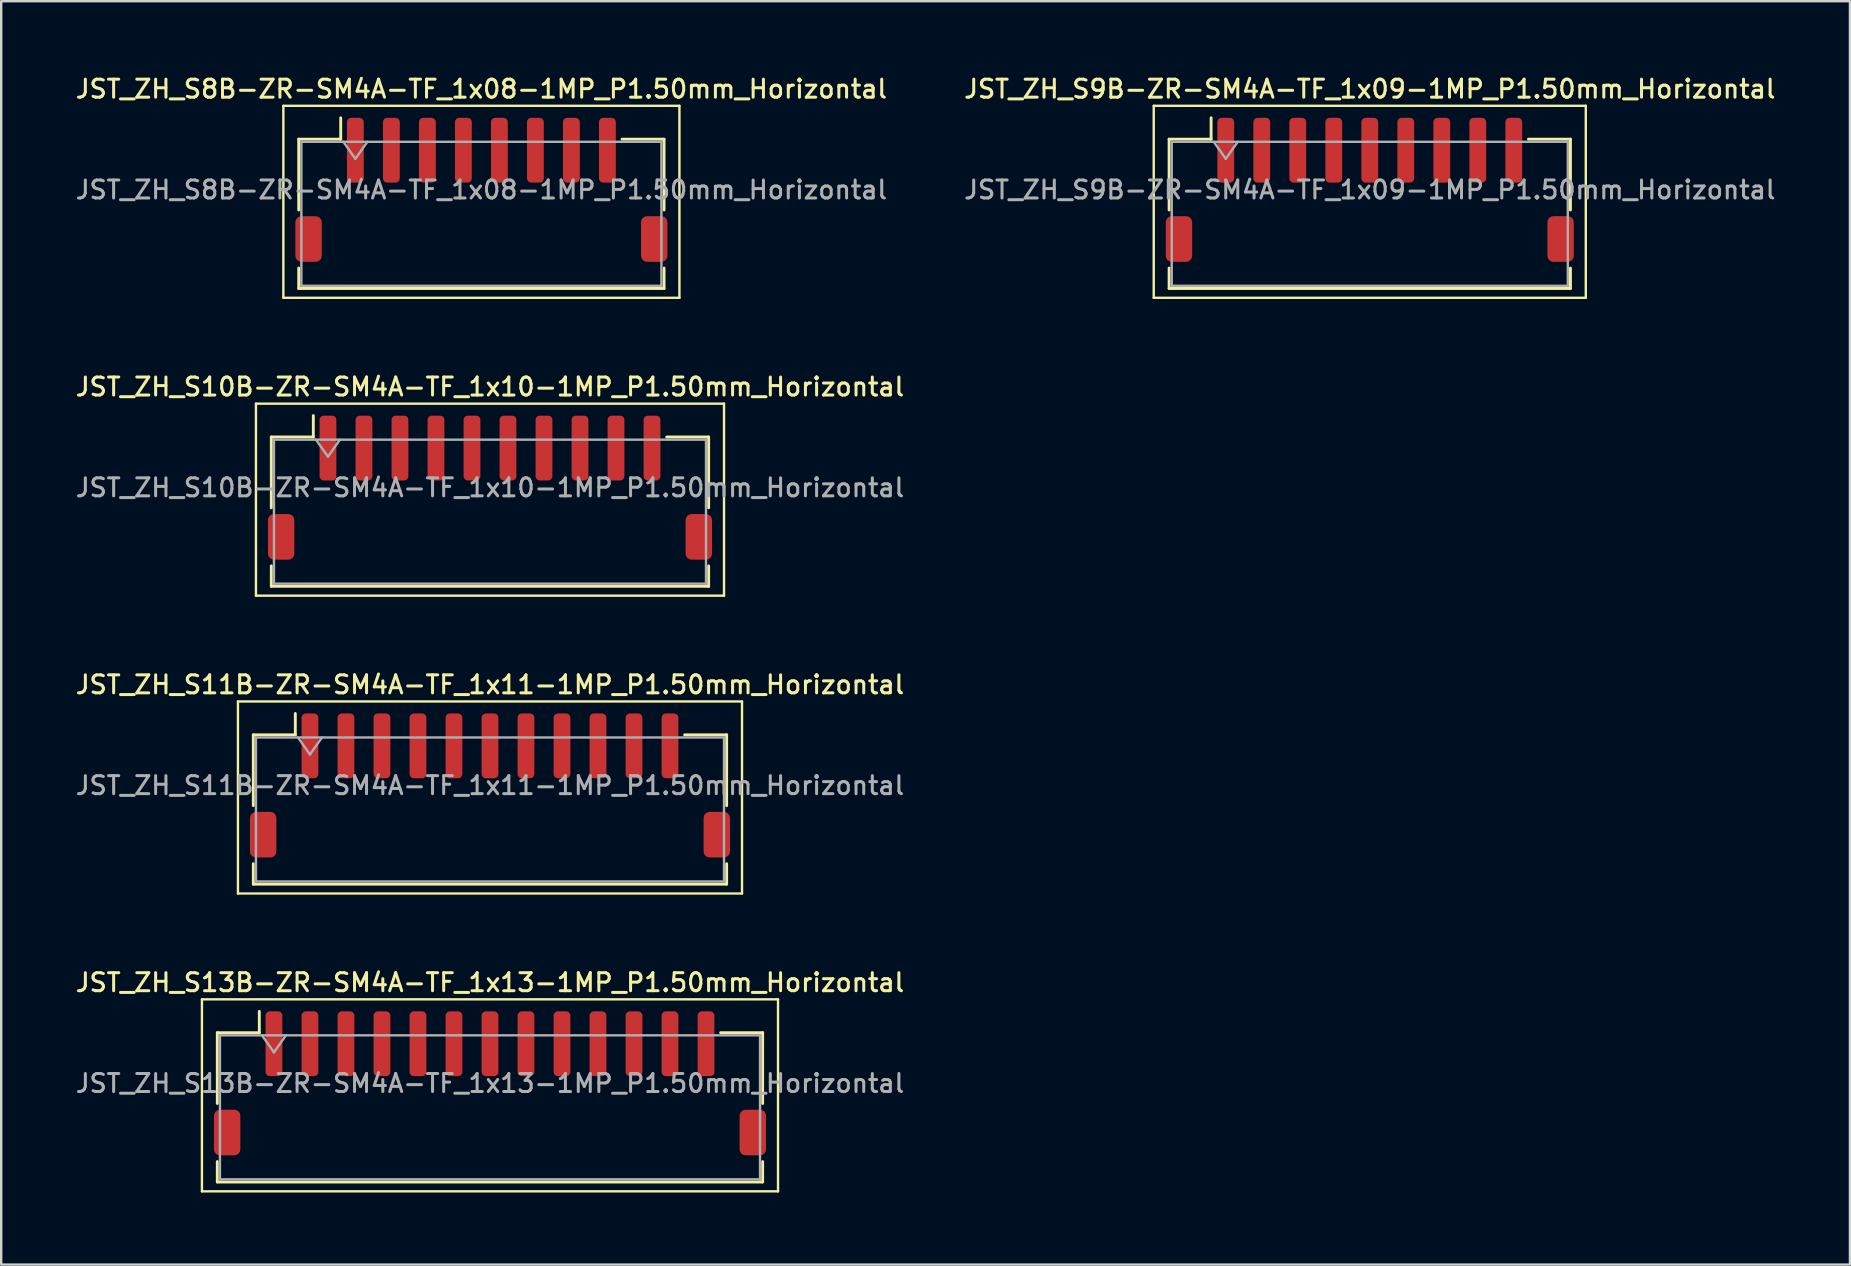
<source format=kicad_pcb>
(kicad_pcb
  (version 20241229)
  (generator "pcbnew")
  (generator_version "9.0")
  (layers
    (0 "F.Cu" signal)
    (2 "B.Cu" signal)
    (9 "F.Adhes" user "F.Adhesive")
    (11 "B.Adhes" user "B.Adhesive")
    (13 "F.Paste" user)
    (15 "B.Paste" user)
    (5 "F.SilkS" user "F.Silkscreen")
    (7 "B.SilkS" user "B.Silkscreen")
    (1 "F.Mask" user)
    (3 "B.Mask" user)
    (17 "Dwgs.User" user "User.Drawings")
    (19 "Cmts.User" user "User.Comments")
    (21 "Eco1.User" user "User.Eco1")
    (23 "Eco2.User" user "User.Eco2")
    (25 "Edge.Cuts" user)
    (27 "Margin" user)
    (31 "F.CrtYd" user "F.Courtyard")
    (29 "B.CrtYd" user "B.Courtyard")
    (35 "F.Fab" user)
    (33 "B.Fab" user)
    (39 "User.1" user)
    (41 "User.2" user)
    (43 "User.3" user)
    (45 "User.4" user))
  (footprint "JST_ZH_S10B-ZR-SM4A-TF_1x10-1MP_P1.50mm_Horizontal"
    (layer "F.Cu")
    (at 17.363 17.266)
    (property "Reference" "JST_ZH_S10B-ZR-SM4A-TF_1x10-1MP_P1.50mm_Horizontal" (at 0 -4.2 0) (layer "F.SilkS") (effects (font (size 0.75 0.75) (thickness 0.125))))
    (attr smd)
    (fp_line (start -9.75 -3.5) (end -9.75 4.5) (stroke (width 0.1) (type solid)) (layer "F.SilkS"))
    (fp_line (start -9.75 4.5) (end 9.75 4.5) (stroke (width 0.1) (type solid)) (layer "F.SilkS"))
    (fp_line (start -9.11 -2.11) (end -7.36 -2.11) (stroke (width 0.12) (type solid)) (layer "F.SilkS"))
    (fp_line (start -9.11 0.84) (end -9.11 -2.11) (stroke (width 0.12) (type solid)) (layer "F.SilkS"))
    (fp_line (start -9.11 3.26) (end -9.11 4.11) (stroke (width 0.12) (type solid)) (layer "F.SilkS"))
    (fp_line (start -9.11 4.11) (end 9.11 4.11) (stroke (width 0.12) (type solid)) (layer "F.SilkS"))
    (fp_line (start -7.36 -2.11) (end -7.36 -3) (stroke (width 0.12) (type solid)) (layer "F.SilkS"))
    (fp_line (start 9.11 -2.11) (end 7.36 -2.11) (stroke (width 0.12) (type solid)) (layer "F.SilkS"))
    (fp_line (start 9.11 0.84) (end 9.11 -2.11) (stroke (width 0.12) (type solid)) (layer "F.SilkS"))
    (fp_line (start 9.11 4.11) (end 9.11 3.26) (stroke (width 0.12) (type solid)) (layer "F.SilkS"))
    (fp_line (start 9.75 -3.5) (end -9.75 -3.5) (stroke (width 0.1) (type solid)) (layer "F.SilkS"))
    (fp_line (start 9.75 4.5) (end 9.75 -3.5) (stroke (width 0.1) (type solid)) (layer "F.SilkS"))
    (fp_line (start -9 -2) (end -9 4) (stroke (width 0.1) (type solid)) (layer "F.Fab"))
    (fp_line (start -9 -2) (end 9 -2) (stroke (width 0.1) (type solid)) (layer "F.Fab"))
    (fp_line (start -9 4) (end 9 4) (stroke (width 0.1) (type solid)) (layer "F.Fab"))
    (fp_line (start -7.25 -2) (end -6.75 -1.293) (stroke (width 0.1) (type solid)) (layer "F.Fab"))
    (fp_line (start -6.75 -1.293) (end -6.25 -2) (stroke (width 0.1) (type solid)) (layer "F.Fab"))
    (fp_line (start 9 -2) (end 9 4) (stroke (width 0.1) (type solid)) (layer "F.Fab"))
    (fp_text user "${REFERENCE}" (at 0 0 0) (layer "F.Fab") (effects (font (size 0.75 0.75) (thickness 0.125))))
    (pad "1" smd roundrect (at -6.75 -1.65) (size 0.7 2.7) (layers "F.Cu" "F.Mask" "F.Paste") (roundrect_rratio 0.25))
    (pad "2" smd roundrect (at -5.25 -1.65) (size 0.7 2.7) (layers "F.Cu" "F.Mask" "F.Paste") (roundrect_rratio 0.25))
    (pad "3" smd roundrect (at -3.75 -1.65) (size 0.7 2.7) (layers "F.Cu" "F.Mask" "F.Paste") (roundrect_rratio 0.25))
    (pad "4" smd roundrect (at -2.25 -1.65) (size 0.7 2.7) (layers "F.Cu" "F.Mask" "F.Paste") (roundrect_rratio 0.25))
    (pad "5" smd roundrect (at -0.75 -1.65) (size 0.7 2.7) (layers "F.Cu" "F.Mask" "F.Paste") (roundrect_rratio 0.25))
    (pad "6" smd roundrect (at 0.75 -1.65) (size 0.7 2.7) (layers "F.Cu" "F.Mask" "F.Paste") (roundrect_rratio 0.25))
    (pad "7" smd roundrect (at 2.25 -1.65) (size 0.7 2.7) (layers "F.Cu" "F.Mask" "F.Paste") (roundrect_rratio 0.25))
    (pad "8" smd roundrect (at 3.75 -1.65) (size 0.7 2.7) (layers "F.Cu" "F.Mask" "F.Paste") (roundrect_rratio 0.25))
    (pad "9" smd roundrect (at 5.25 -1.65) (size 0.7 2.7) (layers "F.Cu" "F.Mask" "F.Paste") (roundrect_rratio 0.25))
    (pad "10" smd roundrect (at 6.75 -1.65) (size 0.7 2.7) (layers "F.Cu" "F.Mask" "F.Paste") (roundrect_rratio 0.25))
    (pad "MP" smd roundrect (at -8.7 2.05) (size 1.1 1.9) (layers "F.Cu" "F.Mask" "F.Paste") (roundrect_rratio 0.227))
    (pad "MP" smd roundrect (at 8.7 2.05) (size 1.1 1.9) (layers "F.Cu" "F.Mask" "F.Paste") (roundrect_rratio 0.227)))
  (footprint "JST_ZH_S8B-ZR-SM4A-TF_1x08-1MP_P1.50mm_Horizontal"
    (layer "F.Cu")
    (at 17.005 4.858)
    (property "Reference" "JST_ZH_S8B-ZR-SM4A-TF_1x08-1MP_P1.50mm_Horizontal" (at 0 -4.2 0) (layer "F.SilkS") (effects (font (size 0.75 0.75) (thickness 0.125))))
    (attr smd)
    (fp_line (start -8.25 -3.5) (end -8.25 4.5) (stroke (width 0.1) (type solid)) (layer "F.SilkS"))
    (fp_line (start -8.25 4.5) (end 8.25 4.5) (stroke (width 0.1) (type solid)) (layer "F.SilkS"))
    (fp_line (start -7.61 -2.11) (end -5.86 -2.11) (stroke (width 0.12) (type solid)) (layer "F.SilkS"))
    (fp_line (start -7.61 0.84) (end -7.61 -2.11) (stroke (width 0.12) (type solid)) (layer "F.SilkS"))
    (fp_line (start -7.61 3.26) (end -7.61 4.11) (stroke (width 0.12) (type solid)) (layer "F.SilkS"))
    (fp_line (start -7.61 4.11) (end 7.61 4.11) (stroke (width 0.12) (type solid)) (layer "F.SilkS"))
    (fp_line (start -5.86 -2.11) (end -5.86 -3) (stroke (width 0.12) (type solid)) (layer "F.SilkS"))
    (fp_line (start 7.61 -2.11) (end 5.86 -2.11) (stroke (width 0.12) (type solid)) (layer "F.SilkS"))
    (fp_line (start 7.61 0.84) (end 7.61 -2.11) (stroke (width 0.12) (type solid)) (layer "F.SilkS"))
    (fp_line (start 7.61 4.11) (end 7.61 3.26) (stroke (width 0.12) (type solid)) (layer "F.SilkS"))
    (fp_line (start 8.25 -3.5) (end -8.25 -3.5) (stroke (width 0.1) (type solid)) (layer "F.SilkS"))
    (fp_line (start 8.25 4.5) (end 8.25 -3.5) (stroke (width 0.1) (type solid)) (layer "F.SilkS"))
    (fp_line (start -7.5 -2) (end -7.5 4) (stroke (width 0.1) (type solid)) (layer "F.Fab"))
    (fp_line (start -7.5 -2) (end 7.5 -2) (stroke (width 0.1) (type solid)) (layer "F.Fab"))
    (fp_line (start -7.5 4) (end 7.5 4) (stroke (width 0.1) (type solid)) (layer "F.Fab"))
    (fp_line (start -5.75 -2) (end -5.25 -1.293) (stroke (width 0.1) (type solid)) (layer "F.Fab"))
    (fp_line (start -5.25 -1.293) (end -4.75 -2) (stroke (width 0.1) (type solid)) (layer "F.Fab"))
    (fp_line (start 7.5 -2) (end 7.5 4) (stroke (width 0.1) (type solid)) (layer "F.Fab"))
    (fp_text user "${REFERENCE}" (at 0 0 0) (layer "F.Fab") (effects (font (size 0.75 0.75) (thickness 0.125))))
    (pad "1" smd roundrect (at -5.25 -1.65) (size 0.7 2.7) (layers "F.Cu" "F.Mask" "F.Paste") (roundrect_rratio 0.25))
    (pad "2" smd roundrect (at -3.75 -1.65) (size 0.7 2.7) (layers "F.Cu" "F.Mask" "F.Paste") (roundrect_rratio 0.25))
    (pad "3" smd roundrect (at -2.25 -1.65) (size 0.7 2.7) (layers "F.Cu" "F.Mask" "F.Paste") (roundrect_rratio 0.25))
    (pad "4" smd roundrect (at -0.75 -1.65) (size 0.7 2.7) (layers "F.Cu" "F.Mask" "F.Paste") (roundrect_rratio 0.25))
    (pad "5" smd roundrect (at 0.75 -1.65) (size 0.7 2.7) (layers "F.Cu" "F.Mask" "F.Paste") (roundrect_rratio 0.25))
    (pad "6" smd roundrect (at 2.25 -1.65) (size 0.7 2.7) (layers "F.Cu" "F.Mask" "F.Paste") (roundrect_rratio 0.25))
    (pad "7" smd roundrect (at 3.75 -1.65) (size 0.7 2.7) (layers "F.Cu" "F.Mask" "F.Paste") (roundrect_rratio 0.25))
    (pad "8" smd roundrect (at 5.25 -1.65) (size 0.7 2.7) (layers "F.Cu" "F.Mask" "F.Paste") (roundrect_rratio 0.25))
    (pad "MP" smd roundrect (at -7.2 2.05) (size 1.1 1.9) (layers "F.Cu" "F.Mask" "F.Paste") (roundrect_rratio 0.227))
    (pad "MP" smd roundrect (at 7.2 2.05) (size 1.1 1.9) (layers "F.Cu" "F.Mask" "F.Paste") (roundrect_rratio 0.227)))
  (footprint "JST_ZH_S13B-ZR-SM4A-TF_1x13-1MP_P1.50mm_Horizontal"
    (layer "F.Cu")
    (at 17.363 42.083)
    (property "Reference" "JST_ZH_S13B-ZR-SM4A-TF_1x13-1MP_P1.50mm_Horizontal" (at 0 -4.2 0) (layer "F.SilkS") (effects (font (size 0.75 0.75) (thickness 0.125))))
    (attr smd)
    (fp_line (start -12 -3.5) (end -12 4.5) (stroke (width 0.1) (type solid)) (layer "F.SilkS"))
    (fp_line (start -12 4.5) (end 12 4.5) (stroke (width 0.1) (type solid)) (layer "F.SilkS"))
    (fp_line (start -11.36 -2.11) (end -9.61 -2.11) (stroke (width 0.12) (type solid)) (layer "F.SilkS"))
    (fp_line (start -11.36 0.84) (end -11.36 -2.11) (stroke (width 0.12) (type solid)) (layer "F.SilkS"))
    (fp_line (start -11.36 3.26) (end -11.36 4.11) (stroke (width 0.12) (type solid)) (layer "F.SilkS"))
    (fp_line (start -11.36 4.11) (end 11.36 4.11) (stroke (width 0.12) (type solid)) (layer "F.SilkS"))
    (fp_line (start -9.61 -2.11) (end -9.61 -3) (stroke (width 0.12) (type solid)) (layer "F.SilkS"))
    (fp_line (start 11.36 -2.11) (end 9.61 -2.11) (stroke (width 0.12) (type solid)) (layer "F.SilkS"))
    (fp_line (start 11.36 0.84) (end 11.36 -2.11) (stroke (width 0.12) (type solid)) (layer "F.SilkS"))
    (fp_line (start 11.36 4.11) (end 11.36 3.26) (stroke (width 0.12) (type solid)) (layer "F.SilkS"))
    (fp_line (start 12 -3.5) (end -12 -3.5) (stroke (width 0.1) (type solid)) (layer "F.SilkS"))
    (fp_line (start 12 4.5) (end 12 -3.5) (stroke (width 0.1) (type solid)) (layer "F.SilkS"))
    (fp_line (start -11.25 -2) (end -11.25 4) (stroke (width 0.1) (type solid)) (layer "F.Fab"))
    (fp_line (start -11.25 -2) (end 11.25 -2) (stroke (width 0.1) (type solid)) (layer "F.Fab"))
    (fp_line (start -11.25 4) (end 11.25 4) (stroke (width 0.1) (type solid)) (layer "F.Fab"))
    (fp_line (start -9.5 -2) (end -9 -1.293) (stroke (width 0.1) (type solid)) (layer "F.Fab"))
    (fp_line (start -9 -1.293) (end -8.5 -2) (stroke (width 0.1) (type solid)) (layer "F.Fab"))
    (fp_line (start 11.25 -2) (end 11.25 4) (stroke (width 0.1) (type solid)) (layer "F.Fab"))
    (fp_text user "${REFERENCE}" (at 0 0 0) (layer "F.Fab") (effects (font (size 0.75 0.75) (thickness 0.125))))
    (pad "1" smd roundrect (at -9 -1.65) (size 0.7 2.7) (layers "F.Cu" "F.Mask" "F.Paste") (roundrect_rratio 0.25))
    (pad "2" smd roundrect (at -7.5 -1.65) (size 0.7 2.7) (layers "F.Cu" "F.Mask" "F.Paste") (roundrect_rratio 0.25))
    (pad "3" smd roundrect (at -6 -1.65) (size 0.7 2.7) (layers "F.Cu" "F.Mask" "F.Paste") (roundrect_rratio 0.25))
    (pad "4" smd roundrect (at -4.5 -1.65) (size 0.7 2.7) (layers "F.Cu" "F.Mask" "F.Paste") (roundrect_rratio 0.25))
    (pad "5" smd roundrect (at -3 -1.65) (size 0.7 2.7) (layers "F.Cu" "F.Mask" "F.Paste") (roundrect_rratio 0.25))
    (pad "6" smd roundrect (at -1.5 -1.65) (size 0.7 2.7) (layers "F.Cu" "F.Mask" "F.Paste") (roundrect_rratio 0.25))
    (pad "7" smd roundrect (at 0 -1.65) (size 0.7 2.7) (layers "F.Cu" "F.Mask" "F.Paste") (roundrect_rratio 0.25))
    (pad "8" smd roundrect (at 1.5 -1.65) (size 0.7 2.7) (layers "F.Cu" "F.Mask" "F.Paste") (roundrect_rratio 0.25))
    (pad "9" smd roundrect (at 3 -1.65) (size 0.7 2.7) (layers "F.Cu" "F.Mask" "F.Paste") (roundrect_rratio 0.25))
    (pad "10" smd roundrect (at 4.5 -1.65) (size 0.7 2.7) (layers "F.Cu" "F.Mask" "F.Paste") (roundrect_rratio 0.25))
    (pad "11" smd roundrect (at 6 -1.65) (size 0.7 2.7) (layers "F.Cu" "F.Mask" "F.Paste") (roundrect_rratio 0.25))
    (pad "12" smd roundrect (at 7.5 -1.65) (size 0.7 2.7) (layers "F.Cu" "F.Mask" "F.Paste") (roundrect_rratio 0.25))
    (pad "13" smd roundrect (at 9 -1.65) (size 0.7 2.7) (layers "F.Cu" "F.Mask" "F.Paste") (roundrect_rratio 0.25))
    (pad "MP" smd roundrect (at -10.95 2.05) (size 1.1 1.9) (layers "F.Cu" "F.Mask" "F.Paste") (roundrect_rratio 0.227))
    (pad "MP" smd roundrect (at 10.95 2.05) (size 1.1 1.9) (layers "F.Cu" "F.Mask" "F.Paste") (roundrect_rratio 0.227)))
  (footprint "JST_ZH_S11B-ZR-SM4A-TF_1x11-1MP_P1.50mm_Horizontal"
    (layer "F.Cu")
    (at 17.363 29.674)
    (property "Reference" "JST_ZH_S11B-ZR-SM4A-TF_1x11-1MP_P1.50mm_Horizontal" (at 0 -4.2 0) (layer "F.SilkS") (effects (font (size 0.75 0.75) (thickness 0.125))))
    (attr smd)
    (fp_line (start -10.5 -3.5) (end -10.5 4.5) (stroke (width 0.1) (type solid)) (layer "F.SilkS"))
    (fp_line (start -10.5 4.5) (end 10.5 4.5) (stroke (width 0.1) (type solid)) (layer "F.SilkS"))
    (fp_line (start -9.86 -2.11) (end -8.11 -2.11) (stroke (width 0.12) (type solid)) (layer "F.SilkS"))
    (fp_line (start -9.86 0.84) (end -9.86 -2.11) (stroke (width 0.12) (type solid)) (layer "F.SilkS"))
    (fp_line (start -9.86 3.26) (end -9.86 4.11) (stroke (width 0.12) (type solid)) (layer "F.SilkS"))
    (fp_line (start -9.86 4.11) (end 9.86 4.11) (stroke (width 0.12) (type solid)) (layer "F.SilkS"))
    (fp_line (start -8.11 -2.11) (end -8.11 -3) (stroke (width 0.12) (type solid)) (layer "F.SilkS"))
    (fp_line (start 9.86 -2.11) (end 8.11 -2.11) (stroke (width 0.12) (type solid)) (layer "F.SilkS"))
    (fp_line (start 9.86 0.84) (end 9.86 -2.11) (stroke (width 0.12) (type solid)) (layer "F.SilkS"))
    (fp_line (start 9.86 4.11) (end 9.86 3.26) (stroke (width 0.12) (type solid)) (layer "F.SilkS"))
    (fp_line (start 10.5 -3.5) (end -10.5 -3.5) (stroke (width 0.1) (type solid)) (layer "F.SilkS"))
    (fp_line (start 10.5 4.5) (end 10.5 -3.5) (stroke (width 0.1) (type solid)) (layer "F.SilkS"))
    (fp_line (start -9.75 -2) (end -9.75 4) (stroke (width 0.1) (type solid)) (layer "F.Fab"))
    (fp_line (start -9.75 -2) (end 9.75 -2) (stroke (width 0.1) (type solid)) (layer "F.Fab"))
    (fp_line (start -9.75 4) (end 9.75 4) (stroke (width 0.1) (type solid)) (layer "F.Fab"))
    (fp_line (start -8 -2) (end -7.5 -1.293) (stroke (width 0.1) (type solid)) (layer "F.Fab"))
    (fp_line (start -7.5 -1.293) (end -7 -2) (stroke (width 0.1) (type solid)) (layer "F.Fab"))
    (fp_line (start 9.75 -2) (end 9.75 4) (stroke (width 0.1) (type solid)) (layer "F.Fab"))
    (fp_text user "${REFERENCE}" (at 0 0 0) (layer "F.Fab") (effects (font (size 0.75 0.75) (thickness 0.125))))
    (pad "1" smd roundrect (at -7.5 -1.65) (size 0.7 2.7) (layers "F.Cu" "F.Mask" "F.Paste") (roundrect_rratio 0.25))
    (pad "2" smd roundrect (at -6 -1.65) (size 0.7 2.7) (layers "F.Cu" "F.Mask" "F.Paste") (roundrect_rratio 0.25))
    (pad "3" smd roundrect (at -4.5 -1.65) (size 0.7 2.7) (layers "F.Cu" "F.Mask" "F.Paste") (roundrect_rratio 0.25))
    (pad "4" smd roundrect (at -3 -1.65) (size 0.7 2.7) (layers "F.Cu" "F.Mask" "F.Paste") (roundrect_rratio 0.25))
    (pad "5" smd roundrect (at -1.5 -1.65) (size 0.7 2.7) (layers "F.Cu" "F.Mask" "F.Paste") (roundrect_rratio 0.25))
    (pad "6" smd roundrect (at 0 -1.65) (size 0.7 2.7) (layers "F.Cu" "F.Mask" "F.Paste") (roundrect_rratio 0.25))
    (pad "7" smd roundrect (at 1.5 -1.65) (size 0.7 2.7) (layers "F.Cu" "F.Mask" "F.Paste") (roundrect_rratio 0.25))
    (pad "8" smd roundrect (at 3 -1.65) (size 0.7 2.7) (layers "F.Cu" "F.Mask" "F.Paste") (roundrect_rratio 0.25))
    (pad "9" smd roundrect (at 4.5 -1.65) (size 0.7 2.7) (layers "F.Cu" "F.Mask" "F.Paste") (roundrect_rratio 0.25))
    (pad "10" smd roundrect (at 6 -1.65) (size 0.7 2.7) (layers "F.Cu" "F.Mask" "F.Paste") (roundrect_rratio 0.25))
    (pad "11" smd roundrect (at 7.5 -1.65) (size 0.7 2.7) (layers "F.Cu" "F.Mask" "F.Paste") (roundrect_rratio 0.25))
    (pad "MP" smd roundrect (at -9.45 2.05) (size 1.1 1.9) (layers "F.Cu" "F.Mask" "F.Paste") (roundrect_rratio 0.227))
    (pad "MP" smd roundrect (at 9.45 2.05) (size 1.1 1.9) (layers "F.Cu" "F.Mask" "F.Paste") (roundrect_rratio 0.227)))
  (footprint "JST_ZH_S9B-ZR-SM4A-TF_1x09-1MP_P1.50mm_Horizontal"
    (layer "F.Cu")
    (at 54.016 4.858)
    (property "Reference" "JST_ZH_S9B-ZR-SM4A-TF_1x09-1MP_P1.50mm_Horizontal" (at 0 -4.2 0) (layer "F.SilkS") (effects (font (size 0.75 0.75) (thickness 0.125))))
    (attr smd)
    (fp_line (start -9 -3.5) (end -9 4.5) (stroke (width 0.1) (type solid)) (layer "F.SilkS"))
    (fp_line (start -9 4.5) (end 9 4.5) (stroke (width 0.1) (type solid)) (layer "F.SilkS"))
    (fp_line (start -8.36 -2.11) (end -6.61 -2.11) (stroke (width 0.12) (type solid)) (layer "F.SilkS"))
    (fp_line (start -8.36 0.84) (end -8.36 -2.11) (stroke (width 0.12) (type solid)) (layer "F.SilkS"))
    (fp_line (start -8.36 3.26) (end -8.36 4.11) (stroke (width 0.12) (type solid)) (layer "F.SilkS"))
    (fp_line (start -8.36 4.11) (end 8.36 4.11) (stroke (width 0.12) (type solid)) (layer "F.SilkS"))
    (fp_line (start -6.61 -2.11) (end -6.61 -3) (stroke (width 0.12) (type solid)) (layer "F.SilkS"))
    (fp_line (start 8.36 -2.11) (end 6.61 -2.11) (stroke (width 0.12) (type solid)) (layer "F.SilkS"))
    (fp_line (start 8.36 0.84) (end 8.36 -2.11) (stroke (width 0.12) (type solid)) (layer "F.SilkS"))
    (fp_line (start 8.36 4.11) (end 8.36 3.26) (stroke (width 0.12) (type solid)) (layer "F.SilkS"))
    (fp_line (start 9 -3.5) (end -9 -3.5) (stroke (width 0.1) (type solid)) (layer "F.SilkS"))
    (fp_line (start 9 4.5) (end 9 -3.5) (stroke (width 0.1) (type solid)) (layer "F.SilkS"))
    (fp_line (start -8.25 -2) (end -8.25 4) (stroke (width 0.1) (type solid)) (layer "F.Fab"))
    (fp_line (start -8.25 -2) (end 8.25 -2) (stroke (width 0.1) (type solid)) (layer "F.Fab"))
    (fp_line (start -8.25 4) (end 8.25 4) (stroke (width 0.1) (type solid)) (layer "F.Fab"))
    (fp_line (start -6.5 -2) (end -6 -1.293) (stroke (width 0.1) (type solid)) (layer "F.Fab"))
    (fp_line (start -6 -1.293) (end -5.5 -2) (stroke (width 0.1) (type solid)) (layer "F.Fab"))
    (fp_line (start 8.25 -2) (end 8.25 4) (stroke (width 0.1) (type solid)) (layer "F.Fab"))
    (fp_text user "${REFERENCE}" (at 0 0 0) (layer "F.Fab") (effects (font (size 0.75 0.75) (thickness 0.125))))
    (pad "1" smd roundrect (at -6 -1.65) (size 0.7 2.7) (layers "F.Cu" "F.Mask" "F.Paste") (roundrect_rratio 0.25))
    (pad "2" smd roundrect (at -4.5 -1.65) (size 0.7 2.7) (layers "F.Cu" "F.Mask" "F.Paste") (roundrect_rratio 0.25))
    (pad "3" smd roundrect (at -3 -1.65) (size 0.7 2.7) (layers "F.Cu" "F.Mask" "F.Paste") (roundrect_rratio 0.25))
    (pad "4" smd roundrect (at -1.5 -1.65) (size 0.7 2.7) (layers "F.Cu" "F.Mask" "F.Paste") (roundrect_rratio 0.25))
    (pad "5" smd roundrect (at 0 -1.65) (size 0.7 2.7) (layers "F.Cu" "F.Mask" "F.Paste") (roundrect_rratio 0.25))
    (pad "6" smd roundrect (at 1.5 -1.65) (size 0.7 2.7) (layers "F.Cu" "F.Mask" "F.Paste") (roundrect_rratio 0.25))
    (pad "7" smd roundrect (at 3 -1.65) (size 0.7 2.7) (layers "F.Cu" "F.Mask" "F.Paste") (roundrect_rratio 0.25))
    (pad "8" smd roundrect (at 4.5 -1.65) (size 0.7 2.7) (layers "F.Cu" "F.Mask" "F.Paste") (roundrect_rratio 0.25))
    (pad "9" smd roundrect (at 6 -1.65) (size 0.7 2.7) (layers "F.Cu" "F.Mask" "F.Paste") (roundrect_rratio 0.25))
    (pad "MP" smd roundrect (at -7.95 2.05) (size 1.1 1.9) (layers "F.Cu" "F.Mask" "F.Paste") (roundrect_rratio 0.227))
    (pad "MP" smd roundrect (at 7.95 2.05) (size 1.1 1.9) (layers "F.Cu" "F.Mask" "F.Paste") (roundrect_rratio 0.227)))
  (gr_rect
    (start -3 -3)
    (end 74.021 49.633)
    (stroke (width 0.1) (type default))
    (fill no)
    (layer "Edge.Cuts")))
</source>
